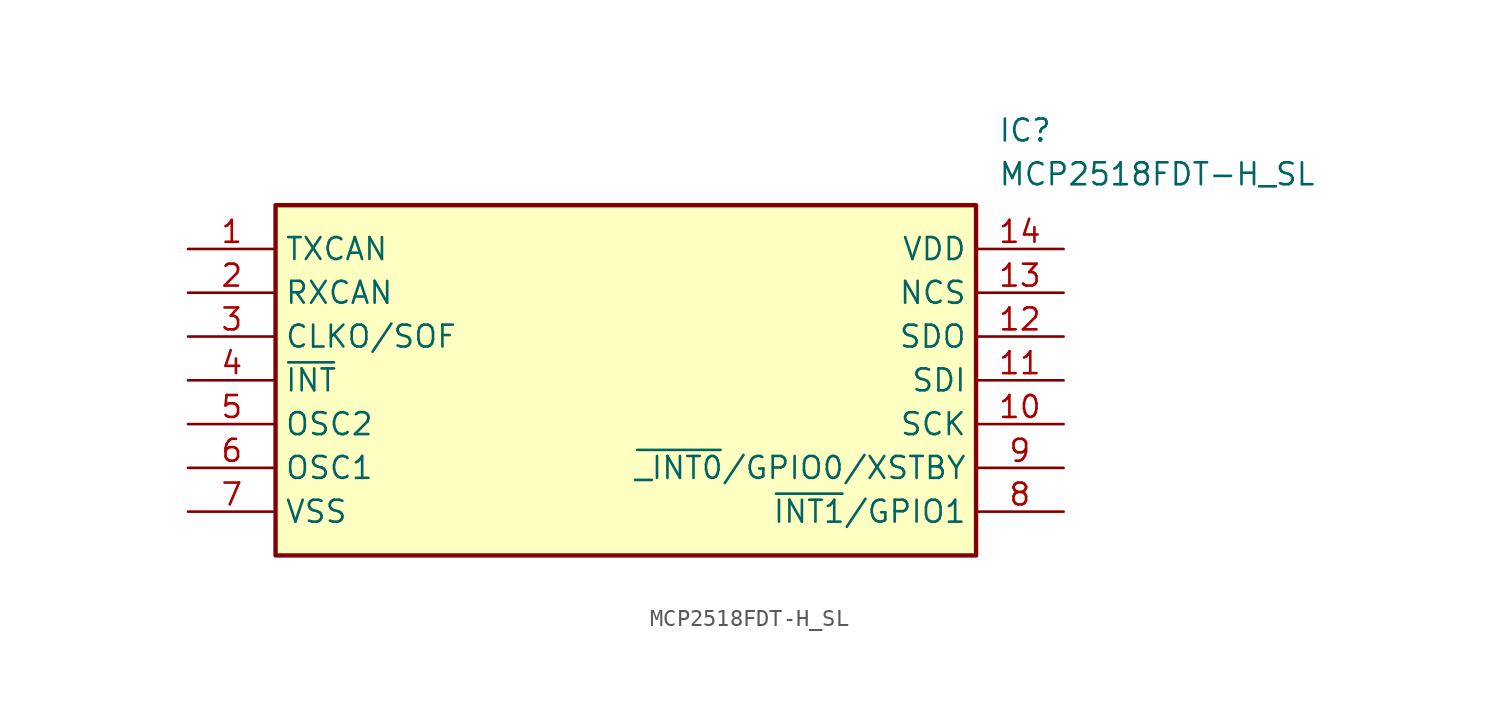
<source format=kicad_sym>
(kicad_symbol_lib
  (version 20211014)
  (generator SamacSys_ECAD_Model)
  (symbol "MCP2518FDT-H_SL"
    (property "Reference" "IC"
      (at 46.99 7.62 0)
      (effects (font (size 1.27 1.27)) (justify left top)))
    (property "Value" "MCP2518FDT-H_SL"
      (at 46.99 5.08 0)
      (effects (font (size 1.27 1.27)) (justify left top)))
    (rectangle
      (start 5.08 2.54)
      (end 45.72 -17.78)
      (stroke (width 0.254) (type default))
      (fill (type background)))
    (pin passive line
      (at 0 0 0)
      (length 5.08)
      (name "TXCAN" (effects (font (size 1.27 1.27))))
      (number "1" (effects (font (size 1.27 1.27)))))
    (pin passive line
      (at 0 -2.54 0)
      (length 5.08)
      (name "RXCAN" (effects (font (size 1.27 1.27))))
      (number "2" (effects (font (size 1.27 1.27)))))
    (pin passive line
      (at 0 -5.08 0)
      (length 5.08)
      (name "CLKO/SOF" (effects (font (size 1.27 1.27))))
      (number "3" (effects (font (size 1.27 1.27)))))
    (pin passive line
      (at 0 -7.62 0)
      (length 5.08)
      (name "~{INT}" (effects (font (size 1.27 1.27))))
      (number "4" (effects (font (size 1.27 1.27)))))
    (pin passive line
      (at 0 -10.16 0)
      (length 5.08)
      (name "OSC2" (effects (font (size 1.27 1.27))))
      (number "5" (effects (font (size 1.27 1.27)))))
    (pin passive line
      (at 0 -12.7 0)
      (length 5.08)
      (name "OSC1" (effects (font (size 1.27 1.27))))
      (number "6" (effects (font (size 1.27 1.27)))))
    (pin passive line
      (at 0 -15.24 0)
      (length 5.08)
      (name "VSS" (effects (font (size 1.27 1.27))))
      (number "7" (effects (font (size 1.27 1.27)))))
    (pin passive line
      (at 50.8 0 180)
      (length 5.08)
      (name "VDD" (effects (font (size 1.27 1.27))))
      (number "14" (effects (font (size 1.27 1.27)))))
    (pin passive line
      (at 50.8 -2.54 180)
      (length 5.08)
      (name "NCS" (effects (font (size 1.27 1.27))))
      (number "13" (effects (font (size 1.27 1.27)))))
    (pin passive line
      (at 50.8 -5.08 180)
      (length 5.08)
      (name "SDO" (effects (font (size 1.27 1.27))))
      (number "12" (effects (font (size 1.27 1.27)))))
    (pin passive line
      (at 50.8 -7.62 180)
      (length 5.08)
      (name "SDI" (effects (font (size 1.27 1.27))))
      (number "11" (effects (font (size 1.27 1.27)))))
    (pin passive line
      (at 50.8 -10.16 180)
      (length 5.08)
      (name "SCK" (effects (font (size 1.27 1.27))))
      (number "10" (effects (font (size 1.27 1.27)))))
    (pin passive line
      (at 50.8 -12.7 180)
      (length 5.08)
      (name "~{_INT0}/GPIO0/XSTBY" (effects (font (size 1.27 1.27))))
      (number "9" (effects (font (size 1.27 1.27)))))
    (pin passive line
      (at 50.8 -15.24 180)
      (length 5.08)
      (name "~{INT1}/GPIO1" (effects (font (size 1.27 1.27))))
      (number "8" (effects (font (size 1.27 1.27)))))))
</source>
